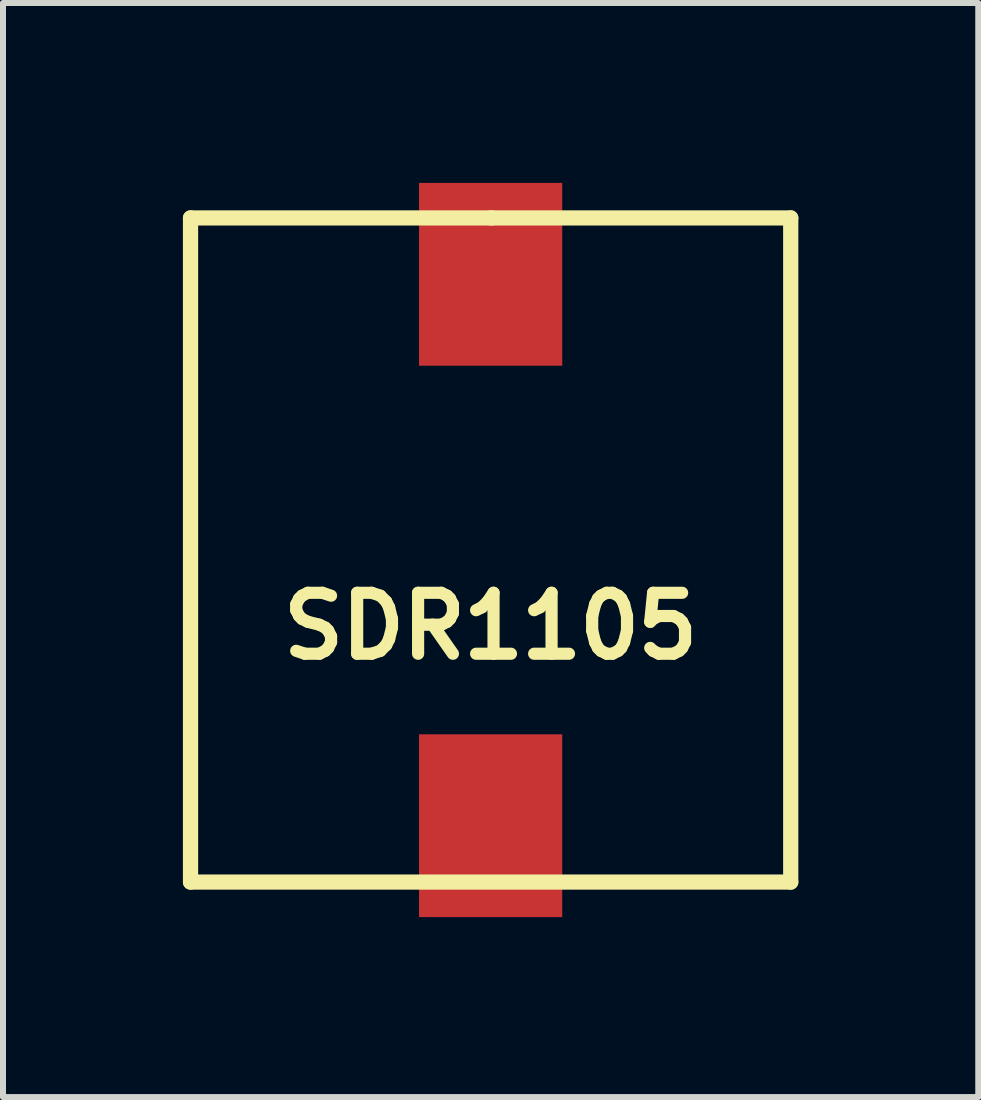
<source format=kicad_pcb>
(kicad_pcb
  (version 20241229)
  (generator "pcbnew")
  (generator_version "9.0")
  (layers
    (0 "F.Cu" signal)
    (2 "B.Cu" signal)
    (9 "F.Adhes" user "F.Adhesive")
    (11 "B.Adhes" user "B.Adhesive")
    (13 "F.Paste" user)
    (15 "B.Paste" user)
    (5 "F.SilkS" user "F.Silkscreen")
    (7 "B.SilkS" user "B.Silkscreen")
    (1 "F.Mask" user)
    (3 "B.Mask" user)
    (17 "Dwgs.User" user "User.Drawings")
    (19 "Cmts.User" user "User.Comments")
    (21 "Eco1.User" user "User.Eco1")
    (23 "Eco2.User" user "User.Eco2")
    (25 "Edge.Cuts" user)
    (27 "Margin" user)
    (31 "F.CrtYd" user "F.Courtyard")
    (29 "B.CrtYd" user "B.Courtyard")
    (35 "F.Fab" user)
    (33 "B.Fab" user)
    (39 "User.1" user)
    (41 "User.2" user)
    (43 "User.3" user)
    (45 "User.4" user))
  (footprint "SDR1105"
    (layer "F.Cu")
    (at 5.131 6.121)
    (property "Reference" "SDR1105" (at 0 1.27 0) (layer "F.SilkS") (effects (font (size 1.016 1.016) (thickness 0.203))))
    (attr through_hole)
    (fp_line (start -5.004 -5.537) (end 0.025 -5.537) (stroke (width 0.254) (type solid)) (layer "F.SilkS"))
    (fp_line (start -5.004 5.537) (end -5.004 -5.537) (stroke (width 0.254) (type solid)) (layer "F.SilkS"))
    (fp_line (start 0 -5.537) (end 5.004 -5.537) (stroke (width 0.254) (type solid)) (layer "F.SilkS"))
    (fp_line (start 5.004 -5.537) (end 5.004 5.537) (stroke (width 0.254) (type solid)) (layer "F.SilkS"))
    (fp_line (start 5.004 5.537) (end -5.004 5.537) (stroke (width 0.254) (type solid)) (layer "F.SilkS"))
    (pad "1" smd rect (at 0 -4.597) (size 2.388 3.048) (layers "F.Cu" "F.Mask" "F.Paste"))
    (pad "2" smd rect (at 0 4.597) (size 2.388 3.048) (layers "F.Cu" "F.Mask" "F.Paste")))
  (gr_rect
    (start -3 -3)
    (end 13.262 15.243)
    (stroke (width 0.1) (type default))
    (fill no)
    (layer "Edge.Cuts")))
</source>
